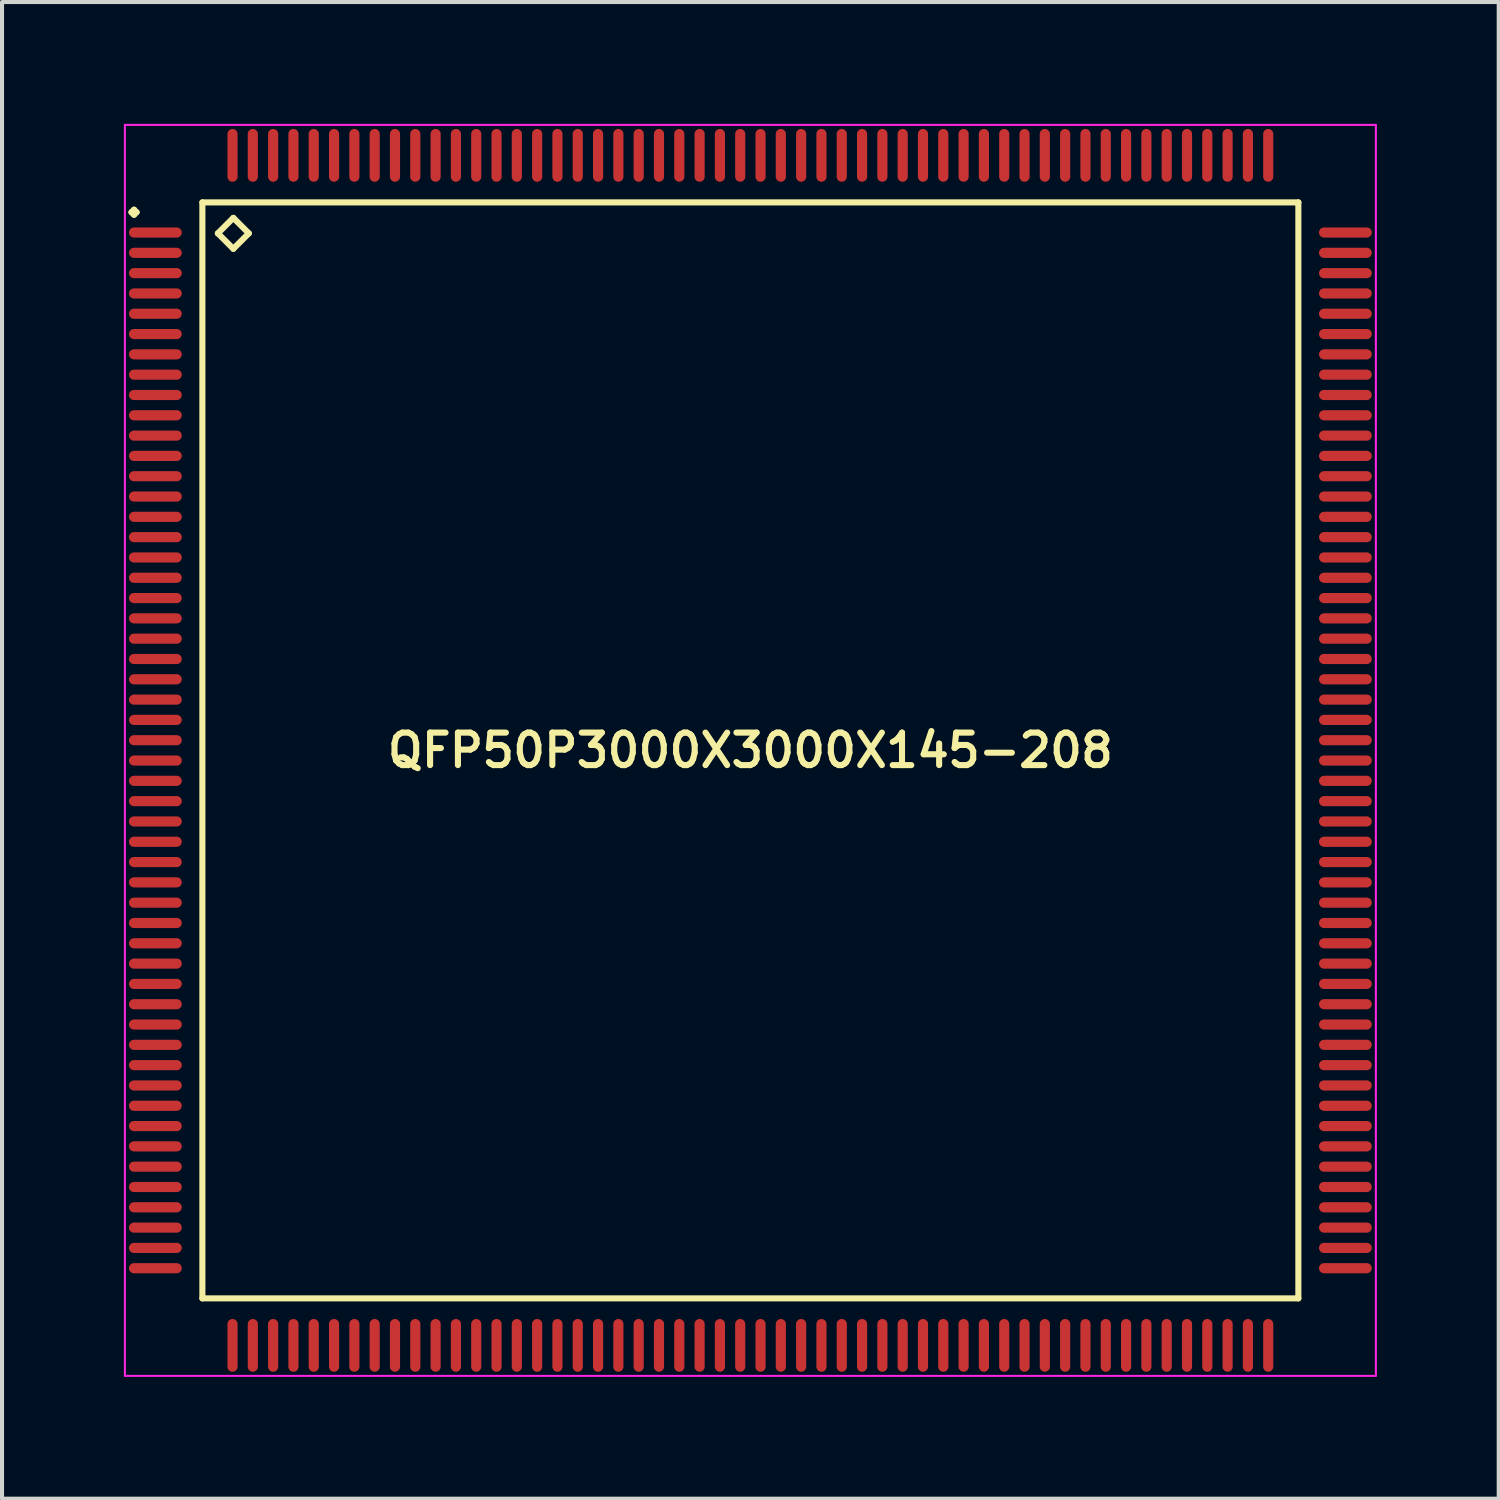
<source format=kicad_pcb>
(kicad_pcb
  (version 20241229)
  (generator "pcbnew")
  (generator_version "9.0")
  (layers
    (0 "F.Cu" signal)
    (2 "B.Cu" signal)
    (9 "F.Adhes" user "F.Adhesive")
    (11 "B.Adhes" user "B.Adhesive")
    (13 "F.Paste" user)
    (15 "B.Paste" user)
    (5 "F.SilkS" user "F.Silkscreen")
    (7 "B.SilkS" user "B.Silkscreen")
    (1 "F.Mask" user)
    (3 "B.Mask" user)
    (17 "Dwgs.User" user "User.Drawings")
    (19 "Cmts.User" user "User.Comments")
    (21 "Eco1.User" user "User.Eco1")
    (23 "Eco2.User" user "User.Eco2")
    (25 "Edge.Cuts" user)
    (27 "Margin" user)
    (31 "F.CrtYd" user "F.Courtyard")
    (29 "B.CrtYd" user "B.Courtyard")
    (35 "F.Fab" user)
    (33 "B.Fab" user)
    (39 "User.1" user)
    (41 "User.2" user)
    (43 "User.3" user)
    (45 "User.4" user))
  (footprint "QFP50P3000X3000X145-208"
    (layer "F.Cu")
    (at 15.425 15.425)
    (property "Reference" "QFP50P3000X3000X145-208" (at 0 0 0) (layer "F.SilkS") (effects (font (size 0.8 0.8) (thickness 0.15))))
    (attr smd)
    (fp_line (start -15.238 -13.25) (end -15.175 -13.312) (stroke (width 0.15) (type solid)) (layer "F.SilkS"))
    (fp_line (start -15.175 -13.312) (end -15.113 -13.25) (stroke (width 0.15) (type solid)) (layer "F.SilkS"))
    (fp_line (start -15.175 -13.188) (end -15.238 -13.25) (stroke (width 0.15) (type solid)) (layer "F.SilkS"))
    (fp_line (start -15.113 -13.25) (end -15.175 -13.188) (stroke (width 0.15) (type solid)) (layer "F.SilkS"))
    (fp_line (start -13.492 -13.492) (end -13.492 13.492) (stroke (width 0.15) (type solid)) (layer "F.SilkS"))
    (fp_line (start -13.492 13.492) (end 13.492 13.492) (stroke (width 0.15) (type solid)) (layer "F.SilkS"))
    (fp_line (start -13.111 -12.73) (end -12.73 -13.111) (stroke (width 0.15) (type solid)) (layer "F.SilkS"))
    (fp_line (start -12.73 -13.111) (end -12.349 -12.73) (stroke (width 0.15) (type solid)) (layer "F.SilkS"))
    (fp_line (start -12.73 -12.349) (end -13.111 -12.73) (stroke (width 0.15) (type solid)) (layer "F.SilkS"))
    (fp_line (start -12.349 -12.73) (end -12.73 -12.349) (stroke (width 0.15) (type solid)) (layer "F.SilkS"))
    (fp_line (start 13.492 -13.492) (end -13.492 -13.492) (stroke (width 0.15) (type solid)) (layer "F.SilkS"))
    (fp_line (start 13.492 13.492) (end 13.492 -13.492) (stroke (width 0.15) (type solid)) (layer "F.SilkS"))
    (fp_line (start -15.4 -15.4) (end 15.4 -15.4) (stroke (width 0.05) (type solid)) (layer "F.CrtYd"))
    (fp_line (start -15.4 15.4) (end -15.4 -15.4) (stroke (width 0.05) (type solid)) (layer "F.CrtYd"))
    (fp_line (start 15.4 -15.4) (end 15.4 15.4) (stroke (width 0.05) (type solid)) (layer "F.CrtYd"))
    (fp_line (start 15.4 15.4) (end -15.4 15.4) (stroke (width 0.05) (type solid)) (layer "F.CrtYd"))
    (pad "1" smd oval (at -14.65 -12.75) (size 1.3 0.25) (layers "F.Cu" "F.Mask" "F.Paste"))
    (pad "2" smd oval (at -14.65 -12.25) (size 1.3 0.25) (layers "F.Cu" "F.Mask" "F.Paste"))
    (pad "3" smd oval (at -14.65 -11.75) (size 1.3 0.25) (layers "F.Cu" "F.Mask" "F.Paste"))
    (pad "4" smd oval (at -14.65 -11.25) (size 1.3 0.25) (layers "F.Cu" "F.Mask" "F.Paste"))
    (pad "5" smd oval (at -14.65 -10.75) (size 1.3 0.25) (layers "F.Cu" "F.Mask" "F.Paste"))
    (pad "6" smd oval (at -14.65 -10.25) (size 1.3 0.25) (layers "F.Cu" "F.Mask" "F.Paste"))
    (pad "7" smd oval (at -14.65 -9.75) (size 1.3 0.25) (layers "F.Cu" "F.Mask" "F.Paste"))
    (pad "8" smd oval (at -14.65 -9.25) (size 1.3 0.25) (layers "F.Cu" "F.Mask" "F.Paste"))
    (pad "9" smd oval (at -14.65 -8.75) (size 1.3 0.25) (layers "F.Cu" "F.Mask" "F.Paste"))
    (pad "10" smd oval (at -14.65 -8.25) (size 1.3 0.25) (layers "F.Cu" "F.Mask" "F.Paste"))
    (pad "11" smd oval (at -14.65 -7.75) (size 1.3 0.25) (layers "F.Cu" "F.Mask" "F.Paste"))
    (pad "12" smd oval (at -14.65 -7.25) (size 1.3 0.25) (layers "F.Cu" "F.Mask" "F.Paste"))
    (pad "13" smd oval (at -14.65 -6.75) (size 1.3 0.25) (layers "F.Cu" "F.Mask" "F.Paste"))
    (pad "14" smd oval (at -14.65 -6.25) (size 1.3 0.25) (layers "F.Cu" "F.Mask" "F.Paste"))
    (pad "15" smd oval (at -14.65 -5.75) (size 1.3 0.25) (layers "F.Cu" "F.Mask" "F.Paste"))
    (pad "16" smd oval (at -14.65 -5.25) (size 1.3 0.25) (layers "F.Cu" "F.Mask" "F.Paste"))
    (pad "17" smd oval (at -14.65 -4.75) (size 1.3 0.25) (layers "F.Cu" "F.Mask" "F.Paste"))
    (pad "18" smd oval (at -14.65 -4.25) (size 1.3 0.25) (layers "F.Cu" "F.Mask" "F.Paste"))
    (pad "19" smd oval (at -14.65 -3.75) (size 1.3 0.25) (layers "F.Cu" "F.Mask" "F.Paste"))
    (pad "20" smd oval (at -14.65 -3.25) (size 1.3 0.25) (layers "F.Cu" "F.Mask" "F.Paste"))
    (pad "21" smd oval (at -14.65 -2.75) (size 1.3 0.25) (layers "F.Cu" "F.Mask" "F.Paste"))
    (pad "22" smd oval (at -14.65 -2.25) (size 1.3 0.25) (layers "F.Cu" "F.Mask" "F.Paste"))
    (pad "23" smd oval (at -14.65 -1.75) (size 1.3 0.25) (layers "F.Cu" "F.Mask" "F.Paste"))
    (pad "24" smd oval (at -14.65 -1.25) (size 1.3 0.25) (layers "F.Cu" "F.Mask" "F.Paste"))
    (pad "25" smd oval (at -14.65 -0.75) (size 1.3 0.25) (layers "F.Cu" "F.Mask" "F.Paste"))
    (pad "26" smd oval (at -14.65 -0.25) (size 1.3 0.25) (layers "F.Cu" "F.Mask" "F.Paste"))
    (pad "27" smd oval (at -14.65 0.25) (size 1.3 0.25) (layers "F.Cu" "F.Mask" "F.Paste"))
    (pad "28" smd oval (at -14.65 0.75) (size 1.3 0.25) (layers "F.Cu" "F.Mask" "F.Paste"))
    (pad "29" smd oval (at -14.65 1.25) (size 1.3 0.25) (layers "F.Cu" "F.Mask" "F.Paste"))
    (pad "30" smd oval (at -14.65 1.75) (size 1.3 0.25) (layers "F.Cu" "F.Mask" "F.Paste"))
    (pad "31" smd oval (at -14.65 2.25) (size 1.3 0.25) (layers "F.Cu" "F.Mask" "F.Paste"))
    (pad "32" smd oval (at -14.65 2.75) (size 1.3 0.25) (layers "F.Cu" "F.Mask" "F.Paste"))
    (pad "33" smd oval (at -14.65 3.25) (size 1.3 0.25) (layers "F.Cu" "F.Mask" "F.Paste"))
    (pad "34" smd oval (at -14.65 3.75) (size 1.3 0.25) (layers "F.Cu" "F.Mask" "F.Paste"))
    (pad "35" smd oval (at -14.65 4.25) (size 1.3 0.25) (layers "F.Cu" "F.Mask" "F.Paste"))
    (pad "36" smd oval (at -14.65 4.75) (size 1.3 0.25) (layers "F.Cu" "F.Mask" "F.Paste"))
    (pad "37" smd oval (at -14.65 5.25) (size 1.3 0.25) (layers "F.Cu" "F.Mask" "F.Paste"))
    (pad "38" smd oval (at -14.65 5.75) (size 1.3 0.25) (layers "F.Cu" "F.Mask" "F.Paste"))
    (pad "39" smd oval (at -14.65 6.25) (size 1.3 0.25) (layers "F.Cu" "F.Mask" "F.Paste"))
    (pad "40" smd oval (at -14.65 6.75) (size 1.3 0.25) (layers "F.Cu" "F.Mask" "F.Paste"))
    (pad "41" smd oval (at -14.65 7.25) (size 1.3 0.25) (layers "F.Cu" "F.Mask" "F.Paste"))
    (pad "42" smd oval (at -14.65 7.75) (size 1.3 0.25) (layers "F.Cu" "F.Mask" "F.Paste"))
    (pad "43" smd oval (at -14.65 8.25) (size 1.3 0.25) (layers "F.Cu" "F.Mask" "F.Paste"))
    (pad "44" smd oval (at -14.65 8.75) (size 1.3 0.25) (layers "F.Cu" "F.Mask" "F.Paste"))
    (pad "45" smd oval (at -14.65 9.25) (size 1.3 0.25) (layers "F.Cu" "F.Mask" "F.Paste"))
    (pad "46" smd oval (at -14.65 9.75) (size 1.3 0.25) (layers "F.Cu" "F.Mask" "F.Paste"))
    (pad "47" smd oval (at -14.65 10.25) (size 1.3 0.25) (layers "F.Cu" "F.Mask" "F.Paste"))
    (pad "48" smd oval (at -14.65 10.75) (size 1.3 0.25) (layers "F.Cu" "F.Mask" "F.Paste"))
    (pad "49" smd oval (at -14.65 11.25) (size 1.3 0.25) (layers "F.Cu" "F.Mask" "F.Paste"))
    (pad "50" smd oval (at -14.65 11.75) (size 1.3 0.25) (layers "F.Cu" "F.Mask" "F.Paste"))
    (pad "51" smd oval (at -14.65 12.25) (size 1.3 0.25) (layers "F.Cu" "F.Mask" "F.Paste"))
    (pad "52" smd oval (at -14.65 12.75) (size 1.3 0.25) (layers "F.Cu" "F.Mask" "F.Paste"))
    (pad "53" smd oval (at -12.75 14.65) (size 0.25 1.3) (layers "F.Cu" "F.Mask" "F.Paste"))
    (pad "54" smd oval (at -12.25 14.65) (size 0.25 1.3) (layers "F.Cu" "F.Mask" "F.Paste"))
    (pad "55" smd oval (at -11.75 14.65) (size 0.25 1.3) (layers "F.Cu" "F.Mask" "F.Paste"))
    (pad "56" smd oval (at -11.25 14.65) (size 0.25 1.3) (layers "F.Cu" "F.Mask" "F.Paste"))
    (pad "57" smd oval (at -10.75 14.65) (size 0.25 1.3) (layers "F.Cu" "F.Mask" "F.Paste"))
    (pad "58" smd oval (at -10.25 14.65) (size 0.25 1.3) (layers "F.Cu" "F.Mask" "F.Paste"))
    (pad "59" smd oval (at -9.75 14.65) (size 0.25 1.3) (layers "F.Cu" "F.Mask" "F.Paste"))
    (pad "60" smd oval (at -9.25 14.65) (size 0.25 1.3) (layers "F.Cu" "F.Mask" "F.Paste"))
    (pad "61" smd oval (at -8.75 14.65) (size 0.25 1.3) (layers "F.Cu" "F.Mask" "F.Paste"))
    (pad "62" smd oval (at -8.25 14.65) (size 0.25 1.3) (layers "F.Cu" "F.Mask" "F.Paste"))
    (pad "63" smd oval (at -7.75 14.65) (size 0.25 1.3) (layers "F.Cu" "F.Mask" "F.Paste"))
    (pad "64" smd oval (at -7.25 14.65) (size 0.25 1.3) (layers "F.Cu" "F.Mask" "F.Paste"))
    (pad "65" smd oval (at -6.75 14.65) (size 0.25 1.3) (layers "F.Cu" "F.Mask" "F.Paste"))
    (pad "66" smd oval (at -6.25 14.65) (size 0.25 1.3) (layers "F.Cu" "F.Mask" "F.Paste"))
    (pad "67" smd oval (at -5.75 14.65) (size 0.25 1.3) (layers "F.Cu" "F.Mask" "F.Paste"))
    (pad "68" smd oval (at -5.25 14.65) (size 0.25 1.3) (layers "F.Cu" "F.Mask" "F.Paste"))
    (pad "69" smd oval (at -4.75 14.65) (size 0.25 1.3) (layers "F.Cu" "F.Mask" "F.Paste"))
    (pad "70" smd oval (at -4.25 14.65) (size 0.25 1.3) (layers "F.Cu" "F.Mask" "F.Paste"))
    (pad "71" smd oval (at -3.75 14.65) (size 0.25 1.3) (layers "F.Cu" "F.Mask" "F.Paste"))
    (pad "72" smd oval (at -3.25 14.65) (size 0.25 1.3) (layers "F.Cu" "F.Mask" "F.Paste"))
    (pad "73" smd oval (at -2.75 14.65) (size 0.25 1.3) (layers "F.Cu" "F.Mask" "F.Paste"))
    (pad "74" smd oval (at -2.25 14.65) (size 0.25 1.3) (layers "F.Cu" "F.Mask" "F.Paste"))
    (pad "75" smd oval (at -1.75 14.65) (size 0.25 1.3) (layers "F.Cu" "F.Mask" "F.Paste"))
    (pad "76" smd oval (at -1.25 14.65) (size 0.25 1.3) (layers "F.Cu" "F.Mask" "F.Paste"))
    (pad "77" smd oval (at -0.75 14.65) (size 0.25 1.3) (layers "F.Cu" "F.Mask" "F.Paste"))
    (pad "78" smd oval (at -0.25 14.65) (size 0.25 1.3) (layers "F.Cu" "F.Mask" "F.Paste"))
    (pad "79" smd oval (at 0.25 14.65) (size 0.25 1.3) (layers "F.Cu" "F.Mask" "F.Paste"))
    (pad "80" smd oval (at 0.75 14.65) (size 0.25 1.3) (layers "F.Cu" "F.Mask" "F.Paste"))
    (pad "81" smd oval (at 1.25 14.65) (size 0.25 1.3) (layers "F.Cu" "F.Mask" "F.Paste"))
    (pad "82" smd oval (at 1.75 14.65) (size 0.25 1.3) (layers "F.Cu" "F.Mask" "F.Paste"))
    (pad "83" smd oval (at 2.25 14.65) (size 0.25 1.3) (layers "F.Cu" "F.Mask" "F.Paste"))
    (pad "84" smd oval (at 2.75 14.65) (size 0.25 1.3) (layers "F.Cu" "F.Mask" "F.Paste"))
    (pad "85" smd oval (at 3.25 14.65) (size 0.25 1.3) (layers "F.Cu" "F.Mask" "F.Paste"))
    (pad "86" smd oval (at 3.75 14.65) (size 0.25 1.3) (layers "F.Cu" "F.Mask" "F.Paste"))
    (pad "87" smd oval (at 4.25 14.65) (size 0.25 1.3) (layers "F.Cu" "F.Mask" "F.Paste"))
    (pad "88" smd oval (at 4.75 14.65) (size 0.25 1.3) (layers "F.Cu" "F.Mask" "F.Paste"))
    (pad "89" smd oval (at 5.25 14.65) (size 0.25 1.3) (layers "F.Cu" "F.Mask" "F.Paste"))
    (pad "90" smd oval (at 5.75 14.65) (size 0.25 1.3) (layers "F.Cu" "F.Mask" "F.Paste"))
    (pad "91" smd oval (at 6.25 14.65) (size 0.25 1.3) (layers "F.Cu" "F.Mask" "F.Paste"))
    (pad "92" smd oval (at 6.75 14.65) (size 0.25 1.3) (layers "F.Cu" "F.Mask" "F.Paste"))
    (pad "93" smd oval (at 7.25 14.65) (size 0.25 1.3) (layers "F.Cu" "F.Mask" "F.Paste"))
    (pad "94" smd oval (at 7.75 14.65) (size 0.25 1.3) (layers "F.Cu" "F.Mask" "F.Paste"))
    (pad "95" smd oval (at 8.25 14.65) (size 0.25 1.3) (layers "F.Cu" "F.Mask" "F.Paste"))
    (pad "96" smd oval (at 8.75 14.65) (size 0.25 1.3) (layers "F.Cu" "F.Mask" "F.Paste"))
    (pad "97" smd oval (at 9.25 14.65) (size 0.25 1.3) (layers "F.Cu" "F.Mask" "F.Paste"))
    (pad "98" smd oval (at 9.75 14.65) (size 0.25 1.3) (layers "F.Cu" "F.Mask" "F.Paste"))
    (pad "99" smd oval (at 10.25 14.65) (size 0.25 1.3) (layers "F.Cu" "F.Mask" "F.Paste"))
    (pad "100" smd oval (at 10.75 14.65) (size 0.25 1.3) (layers "F.Cu" "F.Mask" "F.Paste"))
    (pad "101" smd oval (at 11.25 14.65) (size 0.25 1.3) (layers "F.Cu" "F.Mask" "F.Paste"))
    (pad "102" smd oval (at 11.75 14.65) (size 0.25 1.3) (layers "F.Cu" "F.Mask" "F.Paste"))
    (pad "103" smd oval (at 12.25 14.65) (size 0.25 1.3) (layers "F.Cu" "F.Mask" "F.Paste"))
    (pad "104" smd oval (at 12.75 14.65) (size 0.25 1.3) (layers "F.Cu" "F.Mask" "F.Paste"))
    (pad "105" smd oval (at 14.65 12.75) (size 1.3 0.25) (layers "F.Cu" "F.Mask" "F.Paste"))
    (pad "106" smd oval (at 14.65 12.25) (size 1.3 0.25) (layers "F.Cu" "F.Mask" "F.Paste"))
    (pad "107" smd oval (at 14.65 11.75) (size 1.3 0.25) (layers "F.Cu" "F.Mask" "F.Paste"))
    (pad "108" smd oval (at 14.65 11.25) (size 1.3 0.25) (layers "F.Cu" "F.Mask" "F.Paste"))
    (pad "109" smd oval (at 14.65 10.75) (size 1.3 0.25) (layers "F.Cu" "F.Mask" "F.Paste"))
    (pad "110" smd oval (at 14.65 10.25) (size 1.3 0.25) (layers "F.Cu" "F.Mask" "F.Paste"))
    (pad "111" smd oval (at 14.65 9.75) (size 1.3 0.25) (layers "F.Cu" "F.Mask" "F.Paste"))
    (pad "112" smd oval (at 14.65 9.25) (size 1.3 0.25) (layers "F.Cu" "F.Mask" "F.Paste"))
    (pad "113" smd oval (at 14.65 8.75) (size 1.3 0.25) (layers "F.Cu" "F.Mask" "F.Paste"))
    (pad "114" smd oval (at 14.65 8.25) (size 1.3 0.25) (layers "F.Cu" "F.Mask" "F.Paste"))
    (pad "115" smd oval (at 14.65 7.75) (size 1.3 0.25) (layers "F.Cu" "F.Mask" "F.Paste"))
    (pad "116" smd oval (at 14.65 7.25) (size 1.3 0.25) (layers "F.Cu" "F.Mask" "F.Paste"))
    (pad "117" smd oval (at 14.65 6.75) (size 1.3 0.25) (layers "F.Cu" "F.Mask" "F.Paste"))
    (pad "118" smd oval (at 14.65 6.25) (size 1.3 0.25) (layers "F.Cu" "F.Mask" "F.Paste"))
    (pad "119" smd oval (at 14.65 5.75) (size 1.3 0.25) (layers "F.Cu" "F.Mask" "F.Paste"))
    (pad "120" smd oval (at 14.65 5.25) (size 1.3 0.25) (layers "F.Cu" "F.Mask" "F.Paste"))
    (pad "121" smd oval (at 14.65 4.75) (size 1.3 0.25) (layers "F.Cu" "F.Mask" "F.Paste"))
    (pad "122" smd oval (at 14.65 4.25) (size 1.3 0.25) (layers "F.Cu" "F.Mask" "F.Paste"))
    (pad "123" smd oval (at 14.65 3.75) (size 1.3 0.25) (layers "F.Cu" "F.Mask" "F.Paste"))
    (pad "124" smd oval (at 14.65 3.25) (size 1.3 0.25) (layers "F.Cu" "F.Mask" "F.Paste"))
    (pad "125" smd oval (at 14.65 2.75) (size 1.3 0.25) (layers "F.Cu" "F.Mask" "F.Paste"))
    (pad "126" smd oval (at 14.65 2.25) (size 1.3 0.25) (layers "F.Cu" "F.Mask" "F.Paste"))
    (pad "127" smd oval (at 14.65 1.75) (size 1.3 0.25) (layers "F.Cu" "F.Mask" "F.Paste"))
    (pad "128" smd oval (at 14.65 1.25) (size 1.3 0.25) (layers "F.Cu" "F.Mask" "F.Paste"))
    (pad "129" smd oval (at 14.65 0.75) (size 1.3 0.25) (layers "F.Cu" "F.Mask" "F.Paste"))
    (pad "130" smd oval (at 14.65 0.25) (size 1.3 0.25) (layers "F.Cu" "F.Mask" "F.Paste"))
    (pad "131" smd oval (at 14.65 -0.25) (size 1.3 0.25) (layers "F.Cu" "F.Mask" "F.Paste"))
    (pad "132" smd oval (at 14.65 -0.75) (size 1.3 0.25) (layers "F.Cu" "F.Mask" "F.Paste"))
    (pad "133" smd oval (at 14.65 -1.25) (size 1.3 0.25) (layers "F.Cu" "F.Mask" "F.Paste"))
    (pad "134" smd oval (at 14.65 -1.75) (size 1.3 0.25) (layers "F.Cu" "F.Mask" "F.Paste"))
    (pad "135" smd oval (at 14.65 -2.25) (size 1.3 0.25) (layers "F.Cu" "F.Mask" "F.Paste"))
    (pad "136" smd oval (at 14.65 -2.75) (size 1.3 0.25) (layers "F.Cu" "F.Mask" "F.Paste"))
    (pad "137" smd oval (at 14.65 -3.25) (size 1.3 0.25) (layers "F.Cu" "F.Mask" "F.Paste"))
    (pad "138" smd oval (at 14.65 -3.75) (size 1.3 0.25) (layers "F.Cu" "F.Mask" "F.Paste"))
    (pad "139" smd oval (at 14.65 -4.25) (size 1.3 0.25) (layers "F.Cu" "F.Mask" "F.Paste"))
    (pad "140" smd oval (at 14.65 -4.75) (size 1.3 0.25) (layers "F.Cu" "F.Mask" "F.Paste"))
    (pad "141" smd oval (at 14.65 -5.25) (size 1.3 0.25) (layers "F.Cu" "F.Mask" "F.Paste"))
    (pad "142" smd oval (at 14.65 -5.75) (size 1.3 0.25) (layers "F.Cu" "F.Mask" "F.Paste"))
    (pad "143" smd oval (at 14.65 -6.25) (size 1.3 0.25) (layers "F.Cu" "F.Mask" "F.Paste"))
    (pad "144" smd oval (at 14.65 -6.75) (size 1.3 0.25) (layers "F.Cu" "F.Mask" "F.Paste"))
    (pad "145" smd oval (at 14.65 -7.25) (size 1.3 0.25) (layers "F.Cu" "F.Mask" "F.Paste"))
    (pad "146" smd oval (at 14.65 -7.75) (size 1.3 0.25) (layers "F.Cu" "F.Mask" "F.Paste"))
    (pad "147" smd oval (at 14.65 -8.25) (size 1.3 0.25) (layers "F.Cu" "F.Mask" "F.Paste"))
    (pad "148" smd oval (at 14.65 -8.75) (size 1.3 0.25) (layers "F.Cu" "F.Mask" "F.Paste"))
    (pad "149" smd oval (at 14.65 -9.25) (size 1.3 0.25) (layers "F.Cu" "F.Mask" "F.Paste"))
    (pad "150" smd oval (at 14.65 -9.75) (size 1.3 0.25) (layers "F.Cu" "F.Mask" "F.Paste"))
    (pad "151" smd oval (at 14.65 -10.25) (size 1.3 0.25) (layers "F.Cu" "F.Mask" "F.Paste"))
    (pad "152" smd oval (at 14.65 -10.75) (size 1.3 0.25) (layers "F.Cu" "F.Mask" "F.Paste"))
    (pad "153" smd oval (at 14.65 -11.25) (size 1.3 0.25) (layers "F.Cu" "F.Mask" "F.Paste"))
    (pad "154" smd oval (at 14.65 -11.75) (size 1.3 0.25) (layers "F.Cu" "F.Mask" "F.Paste"))
    (pad "155" smd oval (at 14.65 -12.25) (size 1.3 0.25) (layers "F.Cu" "F.Mask" "F.Paste"))
    (pad "156" smd oval (at 14.65 -12.75) (size 1.3 0.25) (layers "F.Cu" "F.Mask" "F.Paste"))
    (pad "157" smd oval (at 12.75 -14.65) (size 0.25 1.3) (layers "F.Cu" "F.Mask" "F.Paste"))
    (pad "158" smd oval (at 12.25 -14.65) (size 0.25 1.3) (layers "F.Cu" "F.Mask" "F.Paste"))
    (pad "159" smd oval (at 11.75 -14.65) (size 0.25 1.3) (layers "F.Cu" "F.Mask" "F.Paste"))
    (pad "160" smd oval (at 11.25 -14.65) (size 0.25 1.3) (layers "F.Cu" "F.Mask" "F.Paste"))
    (pad "161" smd oval (at 10.75 -14.65) (size 0.25 1.3) (layers "F.Cu" "F.Mask" "F.Paste"))
    (pad "162" smd oval (at 10.25 -14.65) (size 0.25 1.3) (layers "F.Cu" "F.Mask" "F.Paste"))
    (pad "163" smd oval (at 9.75 -14.65) (size 0.25 1.3) (layers "F.Cu" "F.Mask" "F.Paste"))
    (pad "164" smd oval (at 9.25 -14.65) (size 0.25 1.3) (layers "F.Cu" "F.Mask" "F.Paste"))
    (pad "165" smd oval (at 8.75 -14.65) (size 0.25 1.3) (layers "F.Cu" "F.Mask" "F.Paste"))
    (pad "166" smd oval (at 8.25 -14.65) (size 0.25 1.3) (layers "F.Cu" "F.Mask" "F.Paste"))
    (pad "167" smd oval (at 7.75 -14.65) (size 0.25 1.3) (layers "F.Cu" "F.Mask" "F.Paste"))
    (pad "168" smd oval (at 7.25 -14.65) (size 0.25 1.3) (layers "F.Cu" "F.Mask" "F.Paste"))
    (pad "169" smd oval (at 6.75 -14.65) (size 0.25 1.3) (layers "F.Cu" "F.Mask" "F.Paste"))
    (pad "170" smd oval (at 6.25 -14.65) (size 0.25 1.3) (layers "F.Cu" "F.Mask" "F.Paste"))
    (pad "171" smd oval (at 5.75 -14.65) (size 0.25 1.3) (layers "F.Cu" "F.Mask" "F.Paste"))
    (pad "172" smd oval (at 5.25 -14.65) (size 0.25 1.3) (layers "F.Cu" "F.Mask" "F.Paste"))
    (pad "173" smd oval (at 4.75 -14.65) (size 0.25 1.3) (layers "F.Cu" "F.Mask" "F.Paste"))
    (pad "174" smd oval (at 4.25 -14.65) (size 0.25 1.3) (layers "F.Cu" "F.Mask" "F.Paste"))
    (pad "175" smd oval (at 3.75 -14.65) (size 0.25 1.3) (layers "F.Cu" "F.Mask" "F.Paste"))
    (pad "176" smd oval (at 3.25 -14.65) (size 0.25 1.3) (layers "F.Cu" "F.Mask" "F.Paste"))
    (pad "177" smd oval (at 2.75 -14.65) (size 0.25 1.3) (layers "F.Cu" "F.Mask" "F.Paste"))
    (pad "178" smd oval (at 2.25 -14.65) (size 0.25 1.3) (layers "F.Cu" "F.Mask" "F.Paste"))
    (pad "179" smd oval (at 1.75 -14.65) (size 0.25 1.3) (layers "F.Cu" "F.Mask" "F.Paste"))
    (pad "180" smd oval (at 1.25 -14.65) (size 0.25 1.3) (layers "F.Cu" "F.Mask" "F.Paste"))
    (pad "181" smd oval (at 0.75 -14.65) (size 0.25 1.3) (layers "F.Cu" "F.Mask" "F.Paste"))
    (pad "182" smd oval (at 0.25 -14.65) (size 0.25 1.3) (layers "F.Cu" "F.Mask" "F.Paste"))
    (pad "183" smd oval (at -0.25 -14.65) (size 0.25 1.3) (layers "F.Cu" "F.Mask" "F.Paste"))
    (pad "184" smd oval (at -0.75 -14.65) (size 0.25 1.3) (layers "F.Cu" "F.Mask" "F.Paste"))
    (pad "185" smd oval (at -1.25 -14.65) (size 0.25 1.3) (layers "F.Cu" "F.Mask" "F.Paste"))
    (pad "186" smd oval (at -1.75 -14.65) (size 0.25 1.3) (layers "F.Cu" "F.Mask" "F.Paste"))
    (pad "187" smd oval (at -2.25 -14.65) (size 0.25 1.3) (layers "F.Cu" "F.Mask" "F.Paste"))
    (pad "188" smd oval (at -2.75 -14.65) (size 0.25 1.3) (layers "F.Cu" "F.Mask" "F.Paste"))
    (pad "189" smd oval (at -3.25 -14.65) (size 0.25 1.3) (layers "F.Cu" "F.Mask" "F.Paste"))
    (pad "190" smd oval (at -3.75 -14.65) (size 0.25 1.3) (layers "F.Cu" "F.Mask" "F.Paste"))
    (pad "191" smd oval (at -4.25 -14.65) (size 0.25 1.3) (layers "F.Cu" "F.Mask" "F.Paste"))
    (pad "192" smd oval (at -4.75 -14.65) (size 0.25 1.3) (layers "F.Cu" "F.Mask" "F.Paste"))
    (pad "193" smd oval (at -5.25 -14.65) (size 0.25 1.3) (layers "F.Cu" "F.Mask" "F.Paste"))
    (pad "194" smd oval (at -5.75 -14.65) (size 0.25 1.3) (layers "F.Cu" "F.Mask" "F.Paste"))
    (pad "195" smd oval (at -6.25 -14.65) (size 0.25 1.3) (layers "F.Cu" "F.Mask" "F.Paste"))
    (pad "196" smd oval (at -6.75 -14.65) (size 0.25 1.3) (layers "F.Cu" "F.Mask" "F.Paste"))
    (pad "197" smd oval (at -7.25 -14.65) (size 0.25 1.3) (layers "F.Cu" "F.Mask" "F.Paste"))
    (pad "198" smd oval (at -7.75 -14.65) (size 0.25 1.3) (layers "F.Cu" "F.Mask" "F.Paste"))
    (pad "199" smd oval (at -8.25 -14.65) (size 0.25 1.3) (layers "F.Cu" "F.Mask" "F.Paste"))
    (pad "200" smd oval (at -8.75 -14.65) (size 0.25 1.3) (layers "F.Cu" "F.Mask" "F.Paste"))
    (pad "201" smd oval (at -9.25 -14.65) (size 0.25 1.3) (layers "F.Cu" "F.Mask" "F.Paste"))
    (pad "202" smd oval (at -9.75 -14.65) (size 0.25 1.3) (layers "F.Cu" "F.Mask" "F.Paste"))
    (pad "203" smd oval (at -10.25 -14.65) (size 0.25 1.3) (layers "F.Cu" "F.Mask" "F.Paste"))
    (pad "204" smd oval (at -10.75 -14.65) (size 0.25 1.3) (layers "F.Cu" "F.Mask" "F.Paste"))
    (pad "205" smd oval (at -11.25 -14.65) (size 0.25 1.3) (layers "F.Cu" "F.Mask" "F.Paste"))
    (pad "206" smd oval (at -11.75 -14.65) (size 0.25 1.3) (layers "F.Cu" "F.Mask" "F.Paste"))
    (pad "207" smd oval (at -12.25 -14.65) (size 0.25 1.3) (layers "F.Cu" "F.Mask" "F.Paste"))
    (pad "208" smd oval (at -12.75 -14.65) (size 0.25 1.3) (layers "F.Cu" "F.Mask" "F.Paste")))
  (gr_rect
    (start -3 -3)
    (end 33.85 33.85)
    (stroke (width 0.1) (type default))
    (fill no)
    (layer "Edge.Cuts")))
</source>
